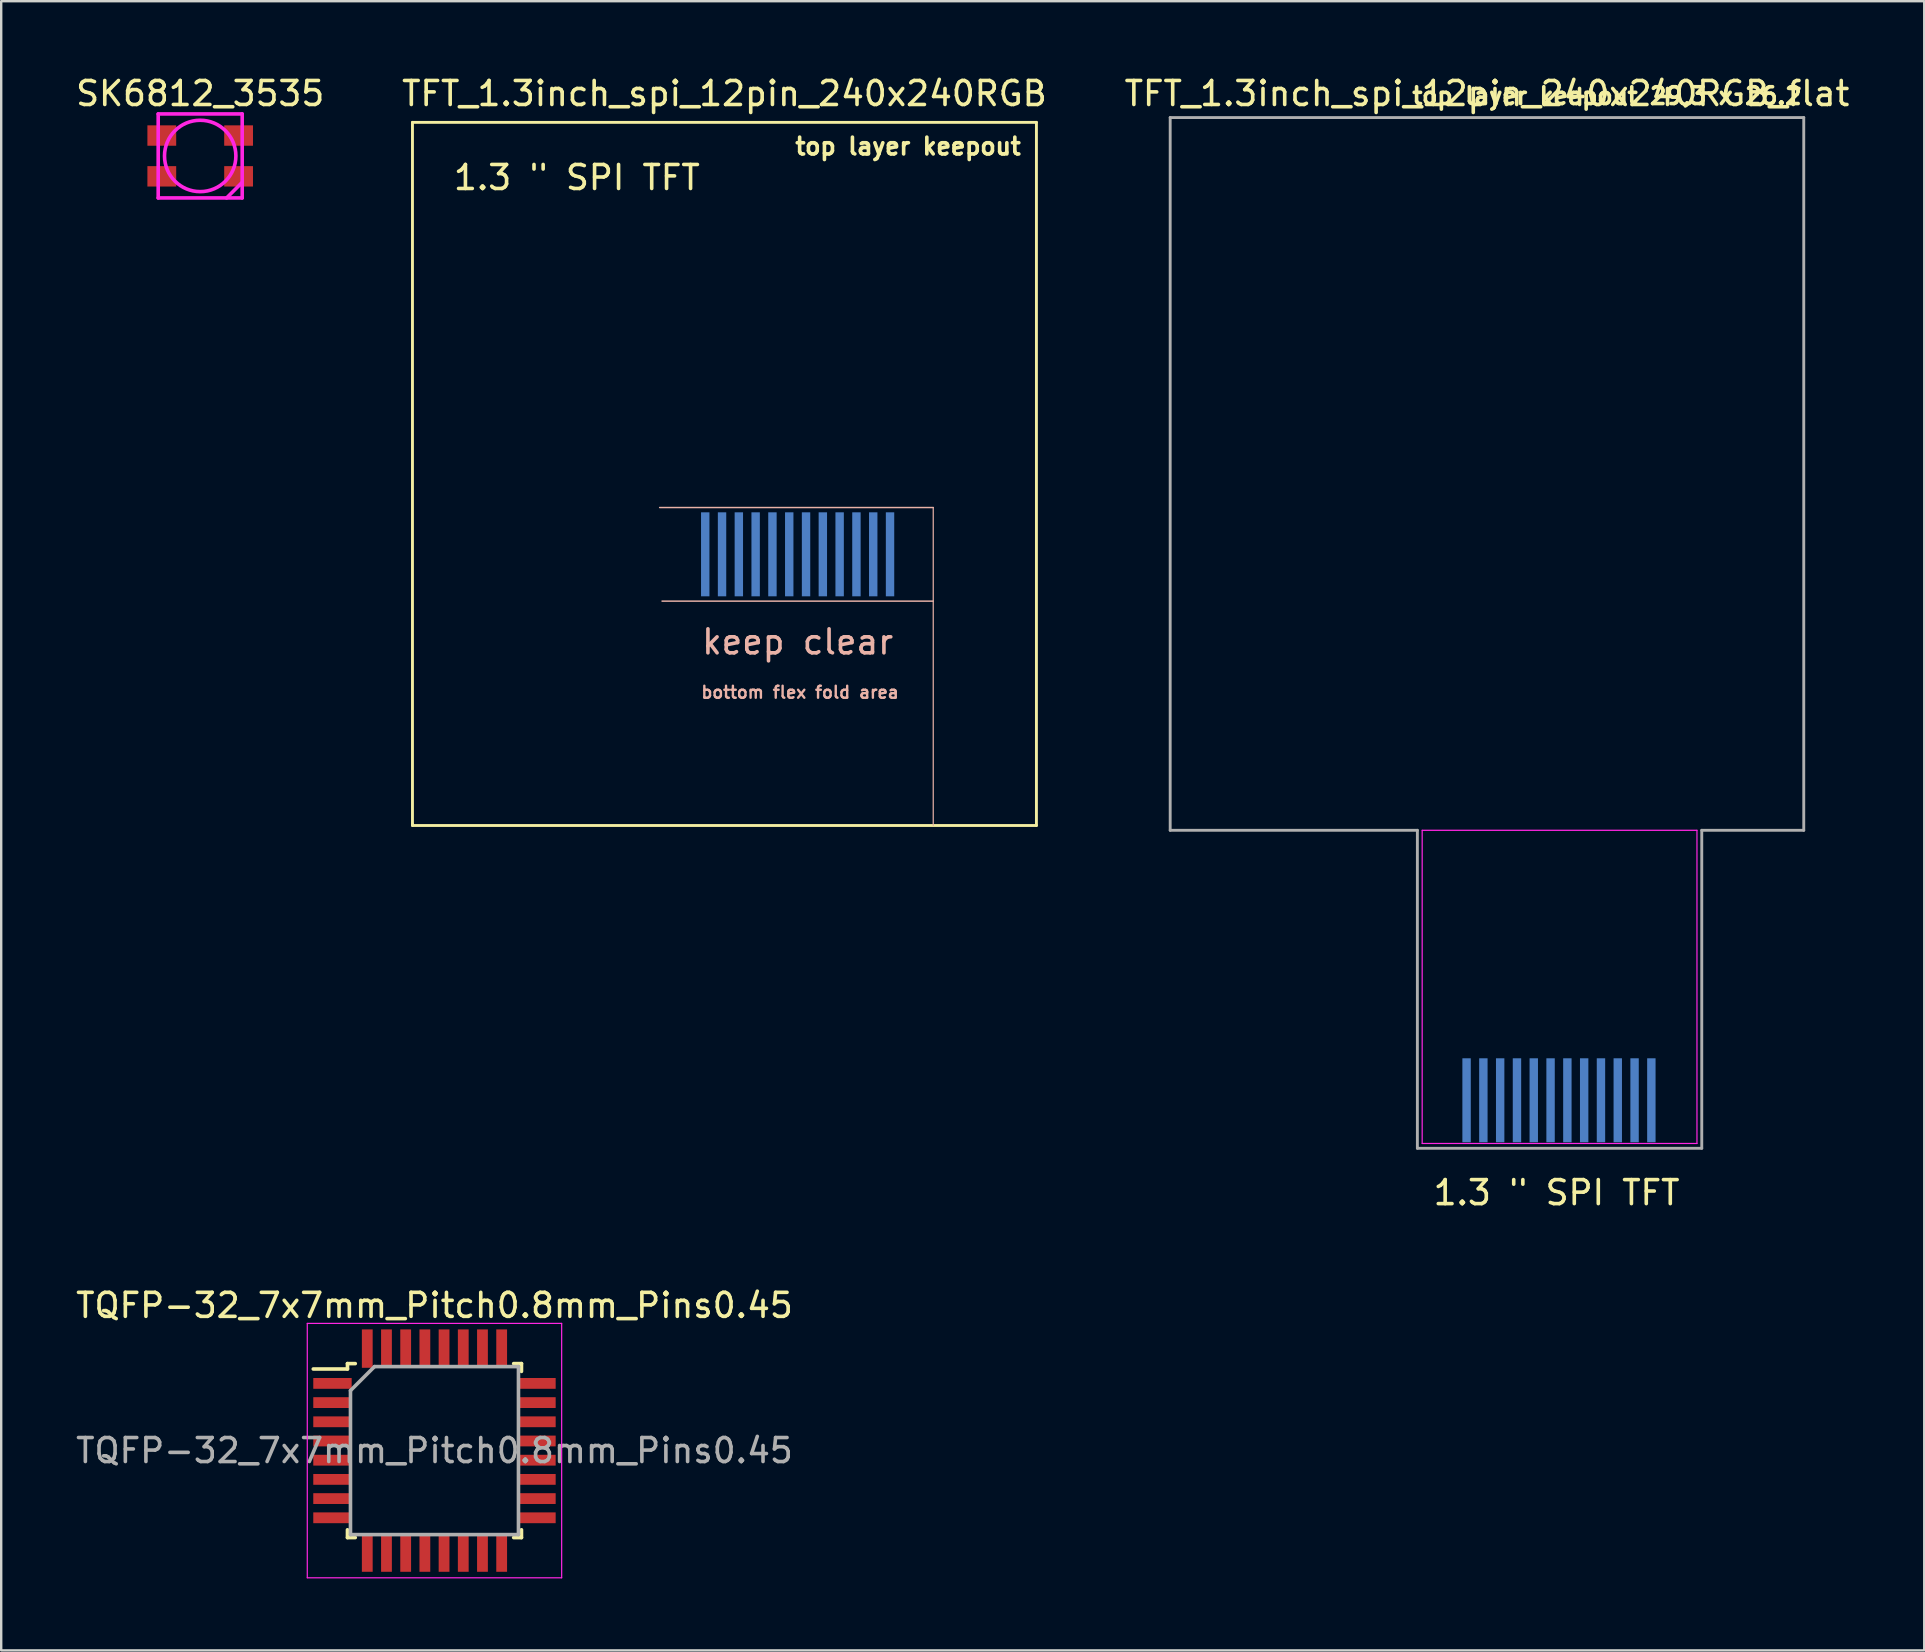
<source format=kicad_pcb>
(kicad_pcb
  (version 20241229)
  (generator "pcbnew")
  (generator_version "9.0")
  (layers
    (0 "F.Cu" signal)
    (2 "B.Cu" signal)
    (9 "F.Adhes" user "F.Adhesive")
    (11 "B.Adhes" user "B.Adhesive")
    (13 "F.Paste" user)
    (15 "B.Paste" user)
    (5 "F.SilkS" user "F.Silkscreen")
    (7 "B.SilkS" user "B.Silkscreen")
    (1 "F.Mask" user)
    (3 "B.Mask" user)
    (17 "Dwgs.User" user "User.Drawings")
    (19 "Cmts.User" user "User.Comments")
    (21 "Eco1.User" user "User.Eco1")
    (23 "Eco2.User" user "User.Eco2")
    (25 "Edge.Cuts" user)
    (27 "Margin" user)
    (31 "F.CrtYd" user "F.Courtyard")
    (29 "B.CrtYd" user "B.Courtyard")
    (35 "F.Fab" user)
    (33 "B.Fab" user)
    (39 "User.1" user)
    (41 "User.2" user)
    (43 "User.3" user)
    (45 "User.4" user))
  (footprint "SK6812_3535"
    (layer "F.Cu")
    (at 5.292 3.448)
    (property "Reference" "SK6812_3535" (at 0 -2.6 0) (layer "F.SilkS") (effects (font (size 1 1) (thickness 0.15))))
    (attr through_hole)
    (fp_line (start -1.75 -1.75) (end 1.75 -1.75) (stroke (width 0.15) (type solid)) (layer "F.CrtYd"))
    (fp_line (start -1.75 1.75) (end -1.75 -1.75) (stroke (width 0.15) (type solid)) (layer "F.CrtYd"))
    (fp_line (start 1.75 -1.75) (end 1.75 1.75) (stroke (width 0.15) (type solid)) (layer "F.CrtYd"))
    (fp_line (start 1.75 1.1) (end 1.1 1.75) (stroke (width 0.15) (type solid)) (layer "F.CrtYd"))
    (fp_line (start 1.75 1.75) (end -1.75 1.75) (stroke (width 0.15) (type solid)) (layer "F.CrtYd"))
    (fp_circle (center 0 0) (end -1.325 -0.675) (stroke (width 0.15) (type solid)) (fill no) (layer "F.CrtYd"))
    (pad "1" smd rect (at -1.6 -0.85) (size 1.2 0.85) (layers "F.Cu" "F.Mask" "F.Paste"))
    (pad "2" smd rect (at -1.6 0.85) (size 1.2 0.85) (layers "F.Cu" "F.Mask" "F.Paste"))
    (pad "3" smd rect (at 1.6 0.85) (size 1.2 0.85) (layers "F.Cu" "F.Mask" "F.Paste"))
    (pad "4" smd rect (at 1.6 -0.85) (size 1.2 0.85) (layers "F.Cu" "F.Mask" "F.Paste")))
  (footprint "TFT_1.3inch_spi_12pin_240x240RGB"
    (layer "F.Cu")
    (at 27.137 31.348)
    (property "Reference" "TFT_1.3inch_spi_12pin_240x240RGB" (at 0 -30.5 0) (layer "F.SilkS") (effects (font (size 1 1) (thickness 0.15))))
    (attr through_hole)
    (fp_line (start -13 -29.3) (end -13 -0.05) (stroke (width 0.12) (type solid)) (layer "F.SilkS"))
    (fp_line (start -13 -0.05) (end -13 0) (stroke (width 0.12) (type solid)) (layer "F.SilkS"))
    (fp_line (start -13 0) (end 13 0) (stroke (width 0.12) (type solid)) (layer "F.SilkS"))
    (fp_line (start 13 -29.3) (end -13 -29.3) (stroke (width 0.12) (type solid)) (layer "F.SilkS"))
    (fp_line (start 13 0) (end 13 -29.3) (stroke (width 0.12) (type solid)) (layer "F.SilkS"))
    (fp_line (start -2.7 -13.25) (end 8.7 -13.25) (stroke (width 0.06) (type solid)) (layer "B.SilkS"))
    (fp_line (start -2.6 -9.35) (end 8.7 -9.35) (stroke (width 0.06) (type solid)) (layer "B.SilkS"))
    (fp_line (start 8.7 0) (end 8.7 -13.25) (stroke (width 0.05) (type solid)) (layer "B.SilkS"))
    (fp_line (start -11.5 0.25) (end 11.5 0.25) (stroke (width 0.12) (type solid)) (layer "Eco2.User"))
    (fp_text user "top layer keepout" (at 7.65 -28.3 0) (layer "F.SilkS") (effects (font (size 0.7 0.7) (thickness 0.15))))
    (fp_text user "1.3 \" SPI TFT" (at -6.15 -27 0) (layer "F.SilkS") (effects (font (size 1 1) (thickness 0.15))))
    (fp_text user "keep clear" (at 3.05 -7.65 0) (layer "B.SilkS") (effects (font (size 1 1) (thickness 0.15))))
    (fp_text user "bottom flex fold area" (at 3.15 -5.55 0) (layer "B.SilkS") (effects (font (size 0.5 0.5) (thickness 0.1))))
    (fp_text user "^^^ create edge cut  ^^^" (at -0.05 1.4 0) (layer "Eco2.User") (effects (font (size 1 1) (thickness 0.1))))
    (pad "1" smd rect (at 6.9 -11.3 180) (size 0.35 3.5) (layers "B.Cu" "B.Mask" "B.Paste"))
    (pad "2" smd rect (at 6.2 -11.3 180) (size 0.35 3.5) (layers "B.Cu" "B.Mask" "B.Paste"))
    (pad "3" smd rect (at 5.5 -11.3 180) (size 0.35 3.5) (layers "B.Cu" "B.Mask" "B.Paste"))
    (pad "4" smd rect (at 4.8 -11.3 180) (size 0.35 3.5) (layers "B.Cu" "B.Mask" "B.Paste"))
    (pad "5" smd rect (at 4.1 -11.3 180) (size 0.35 3.5) (layers "B.Cu" "B.Mask" "B.Paste"))
    (pad "6" smd rect (at 3.4 -11.3 180) (size 0.35 3.5) (layers "B.Cu" "B.Mask" "B.Paste"))
    (pad "7" smd rect (at 2.7 -11.3 180) (size 0.35 3.5) (layers "B.Cu" "B.Mask" "B.Paste"))
    (pad "8" smd rect (at 2 -11.3 180) (size 0.35 3.5) (layers "B.Cu" "B.Mask" "B.Paste"))
    (pad "9" smd rect (at 1.3 -11.3 180) (size 0.35 3.5) (layers "B.Cu" "B.Mask" "B.Paste"))
    (pad "10" smd rect (at 0.6 -11.3 180) (size 0.35 3.5) (layers "B.Cu" "B.Mask" "B.Paste"))
    (pad "11" smd rect (at -0.1 -11.3 180) (size 0.35 3.5) (layers "B.Cu" "B.Mask" "B.Paste"))
    (pad "12" smd rect (at -0.8 -11.3 180) (size 0.35 3.5) (layers "B.Cu" "B.Mask" "B.Paste")))
  (footprint "TFT_1.3inch_spi_12pin_240x240RGB_flat"
    (layer "F.Cu")
    (at 58.911 31.348)
    (property "Reference" "TFT_1.3inch_spi_12pin_240x240RGB_flat" (at 0 -30.5 180) (layer "F.SilkS") (effects (font (size 1 1) (thickness 0.15))))
    (attr through_hole)
    (fp_line (start -13 -29.3) (end -13 0) (stroke (width 0.12) (type solid)) (layer "Eco2.User"))
    (fp_line (start -13 0) (end 13 0) (stroke (width 0.12) (type solid)) (layer "Eco2.User"))
    (fp_line (start 13 -29.3) (end -13 -29.3) (stroke (width 0.12) (type solid)) (layer "Eco2.User"))
    (fp_line (start 13 0) (end 13 -29.3) (stroke (width 0.12) (type solid)) (layer "Eco2.User"))
    (fp_line (start -2.7 0.2) (end 8.75 0.2) (stroke (width 0.05) (type solid)) (layer "F.CrtYd"))
    (fp_line (start -2.7 13.25) (end -2.7 0.2) (stroke (width 0.05) (type solid)) (layer "F.CrtYd"))
    (fp_line (start -2.7 13.25) (end 8.75 13.25) (stroke (width 0.05) (type solid)) (layer "F.CrtYd"))
    (fp_line (start 8.75 13.25) (end 8.75 0.2) (stroke (width 0.05) (type solid)) (layer "F.CrtYd"))
    (fp_line (start -13.2 -29.5) (end 13.2 -29.5) (stroke (width 0.12) (type solid)) (layer "F.Fab"))
    (fp_line (start -13.2 0.2) (end -13.2 -29.5) (stroke (width 0.12) (type solid)) (layer "F.Fab"))
    (fp_line (start -2.9 0.2) (end -13.2 0.2) (stroke (width 0.12) (type solid)) (layer "F.Fab"))
    (fp_line (start -2.9 13.45) (end -2.9 0.2) (stroke (width 0.12) (type solid)) (layer "F.Fab"))
    (fp_line (start 8.95 0.2) (end 8.95 13.45) (stroke (width 0.12) (type solid)) (layer "F.Fab"))
    (fp_line (start 8.95 13.45) (end -2.9 13.45) (stroke (width 0.12) (type solid)) (layer "F.Fab"))
    (fp_line (start 13.2 -29.5) (end 13.2 0.2) (stroke (width 0.12) (type solid)) (layer "F.Fab"))
    (fp_line (start 13.2 0.2) (end 8.95 0.2) (stroke (width 0.12) (type solid)) (layer "F.Fab"))
    (fp_text user "top layer keepout 29,3 x 26.2" (at 5 -30.4 180) (layer "F.SilkS") (effects (font (size 0.7 0.7) (thickness 0.15))))
    (fp_text user "1.3 \" SPI TFT" (at 2.9 15.3 180) (layer "F.SilkS") (effects (font (size 1 1) (thickness 0.15))))
    (pad "1" smd rect (at 6.85 11.45 180) (size 0.35 3.5) (layers "B.Cu" "B.Mask" "B.Paste"))
    (pad "2" smd rect (at 6.15 11.45 180) (size 0.35 3.5) (layers "B.Cu" "B.Mask" "B.Paste"))
    (pad "3" smd rect (at 5.45 11.45 180) (size 0.35 3.5) (layers "B.Cu" "B.Mask" "B.Paste"))
    (pad "4" smd rect (at 4.75 11.45 180) (size 0.35 3.5) (layers "B.Cu" "B.Mask" "B.Paste"))
    (pad "5" smd rect (at 4.05 11.45 180) (size 0.35 3.5) (layers "B.Cu" "B.Mask" "B.Paste"))
    (pad "6" smd rect (at 3.35 11.45 180) (size 0.35 3.5) (layers "B.Cu" "B.Mask" "B.Paste"))
    (pad "7" smd rect (at 2.65 11.45 180) (size 0.35 3.5) (layers "B.Cu" "B.Mask" "B.Paste"))
    (pad "8" smd rect (at 1.95 11.45 180) (size 0.35 3.5) (layers "B.Cu" "B.Mask" "B.Paste"))
    (pad "9" smd rect (at 1.25 11.45 180) (size 0.35 3.5) (layers "B.Cu" "B.Mask" "B.Paste"))
    (pad "10" smd rect (at 0.55 11.45 180) (size 0.35 3.5) (layers "B.Cu" "B.Mask" "B.Paste"))
    (pad "11" smd rect (at -0.15 11.45 180) (size 0.35 3.5) (layers "B.Cu" "B.Mask" "B.Paste"))
    (pad "12" smd rect (at -0.85 11.45 180) (size 0.35 3.5) (layers "B.Cu" "B.Mask" "B.Paste")))
  (footprint "TQFP-32_7x7mm_Pitch0.8mm_Pins0.45"
    (layer "F.Cu")
    (at 15.054 57.395)
    (property "Reference" "TQFP-32_7x7mm_Pitch0.8mm_Pins0.45" (at 0 -6.05 0) (layer "F.SilkS") (effects (font (size 1 1) (thickness 0.15))))
    (attr smd)
    (fp_line (start -3.625 -3.625) (end -3.625 -3.4) (stroke (width 0.15) (type solid)) (layer "F.SilkS"))
    (fp_line (start -3.625 -3.625) (end -3.3 -3.625) (stroke (width 0.15) (type solid)) (layer "F.SilkS"))
    (fp_line (start -3.625 -3.4) (end -5.05 -3.4) (stroke (width 0.15) (type solid)) (layer "F.SilkS"))
    (fp_line (start -3.625 3.625) (end -3.625 3.3) (stroke (width 0.15) (type solid)) (layer "F.SilkS"))
    (fp_line (start -3.625 3.625) (end -3.3 3.625) (stroke (width 0.15) (type solid)) (layer "F.SilkS"))
    (fp_line (start 3.625 -3.625) (end 3.3 -3.625) (stroke (width 0.15) (type solid)) (layer "F.SilkS"))
    (fp_line (start 3.625 -3.625) (end 3.625 -3.3) (stroke (width 0.15) (type solid)) (layer "F.SilkS"))
    (fp_line (start 3.625 3.625) (end 3.3 3.625) (stroke (width 0.15) (type solid)) (layer "F.SilkS"))
    (fp_line (start 3.625 3.625) (end 3.625 3.3) (stroke (width 0.15) (type solid)) (layer "F.SilkS"))
    (fp_line (start -5.3 -5.3) (end -5.3 5.3) (stroke (width 0.05) (type solid)) (layer "F.CrtYd"))
    (fp_line (start -5.3 -5.3) (end 5.3 -5.3) (stroke (width 0.05) (type solid)) (layer "F.CrtYd"))
    (fp_line (start -5.3 5.3) (end 5.3 5.3) (stroke (width 0.05) (type solid)) (layer "F.CrtYd"))
    (fp_line (start 5.3 -5.3) (end 5.3 5.3) (stroke (width 0.05) (type solid)) (layer "F.CrtYd"))
    (fp_line (start -3.5 -2.5) (end -2.5 -3.5) (stroke (width 0.15) (type solid)) (layer "F.Fab"))
    (fp_line (start -3.5 3.5) (end -3.5 -2.5) (stroke (width 0.15) (type solid)) (layer "F.Fab"))
    (fp_line (start -2.5 -3.5) (end 3.5 -3.5) (stroke (width 0.15) (type solid)) (layer "F.Fab"))
    (fp_line (start 3.5 -3.5) (end 3.5 3.5) (stroke (width 0.15) (type solid)) (layer "F.Fab"))
    (fp_line (start 3.5 3.5) (end -3.5 3.5) (stroke (width 0.15) (type solid)) (layer "F.Fab"))
    (fp_text user "${REFERENCE}" (at 0 0 0) (layer "F.Fab") (effects (font (size 1 1) (thickness 0.15))))
    (pad "1" smd rect (at -4.25 -2.8) (size 1.6 0.45) (layers "F.Cu" "F.Mask" "F.Paste"))
    (pad "2" smd rect (at -4.25 -2) (size 1.6 0.45) (layers "F.Cu" "F.Mask" "F.Paste"))
    (pad "3" smd rect (at -4.25 -1.2) (size 1.6 0.45) (layers "F.Cu" "F.Mask" "F.Paste"))
    (pad "4" smd rect (at -4.25 -0.4) (size 1.6 0.45) (layers "F.Cu" "F.Mask" "F.Paste"))
    (pad "5" smd rect (at -4.25 0.4) (size 1.6 0.45) (layers "F.Cu" "F.Mask" "F.Paste"))
    (pad "6" smd rect (at -4.25 1.2) (size 1.6 0.45) (layers "F.Cu" "F.Mask" "F.Paste"))
    (pad "7" smd rect (at -4.25 2) (size 1.6 0.45) (layers "F.Cu" "F.Mask" "F.Paste"))
    (pad "8" smd rect (at -4.25 2.8) (size 1.6 0.45) (layers "F.Cu" "F.Mask" "F.Paste"))
    (pad "9" smd rect (at -2.8 4.25 90) (size 1.6 0.45) (layers "F.Cu" "F.Mask" "F.Paste"))
    (pad "10" smd rect (at -2 4.25 90) (size 1.6 0.45) (layers "F.Cu" "F.Mask" "F.Paste"))
    (pad "11" smd rect (at -1.2 4.25 90) (size 1.6 0.45) (layers "F.Cu" "F.Mask" "F.Paste"))
    (pad "12" smd rect (at -0.4 4.25 90) (size 1.6 0.45) (layers "F.Cu" "F.Mask" "F.Paste"))
    (pad "13" smd rect (at 0.4 4.25 90) (size 1.6 0.45) (layers "F.Cu" "F.Mask" "F.Paste"))
    (pad "14" smd rect (at 1.2 4.25 90) (size 1.6 0.45) (layers "F.Cu" "F.Mask" "F.Paste"))
    (pad "15" smd rect (at 2 4.25 90) (size 1.6 0.45) (layers "F.Cu" "F.Mask" "F.Paste"))
    (pad "16" smd rect (at 2.8 4.25 90) (size 1.6 0.45) (layers "F.Cu" "F.Mask" "F.Paste"))
    (pad "17" smd rect (at 4.25 2.8) (size 1.6 0.45) (layers "F.Cu" "F.Mask" "F.Paste"))
    (pad "18" smd rect (at 4.25 2) (size 1.6 0.45) (layers "F.Cu" "F.Mask" "F.Paste"))
    (pad "19" smd rect (at 4.25 1.2) (size 1.6 0.45) (layers "F.Cu" "F.Mask" "F.Paste"))
    (pad "20" smd rect (at 4.25 0.4) (size 1.6 0.45) (layers "F.Cu" "F.Mask" "F.Paste"))
    (pad "21" smd rect (at 4.25 -0.4) (size 1.6 0.45) (layers "F.Cu" "F.Mask" "F.Paste"))
    (pad "22" smd rect (at 4.25 -1.2) (size 1.6 0.45) (layers "F.Cu" "F.Mask" "F.Paste"))
    (pad "23" smd rect (at 4.25 -2) (size 1.6 0.45) (layers "F.Cu" "F.Mask" "F.Paste"))
    (pad "24" smd rect (at 4.25 -2.8) (size 1.6 0.45) (layers "F.Cu" "F.Mask" "F.Paste"))
    (pad "25" smd rect (at 2.8 -4.25 90) (size 1.6 0.45) (layers "F.Cu" "F.Mask" "F.Paste"))
    (pad "26" smd rect (at 2 -4.25 90) (size 1.6 0.45) (layers "F.Cu" "F.Mask" "F.Paste"))
    (pad "27" smd rect (at 1.2 -4.25 90) (size 1.6 0.45) (layers "F.Cu" "F.Mask" "F.Paste"))
    (pad "28" smd rect (at 0.4 -4.25 90) (size 1.6 0.45) (layers "F.Cu" "F.Mask" "F.Paste"))
    (pad "29" smd rect (at -0.4 -4.25 90) (size 1.6 0.45) (layers "F.Cu" "F.Mask" "F.Paste"))
    (pad "30" smd rect (at -1.2 -4.25 90) (size 1.6 0.45) (layers "F.Cu" "F.Mask" "F.Paste"))
    (pad "31" smd rect (at -2 -4.25 90) (size 1.6 0.45) (layers "F.Cu" "F.Mask" "F.Paste"))
    (pad "32" smd rect (at -2.8 -4.25 90) (size 1.6 0.45) (layers "F.Cu" "F.Mask" "F.Paste")))
  (gr_rect
    (start -3 -3)
    (end 77.131 65.72)
    (stroke (width 0.1) (type default))
    (fill no)
    (layer "Edge.Cuts")))
</source>
